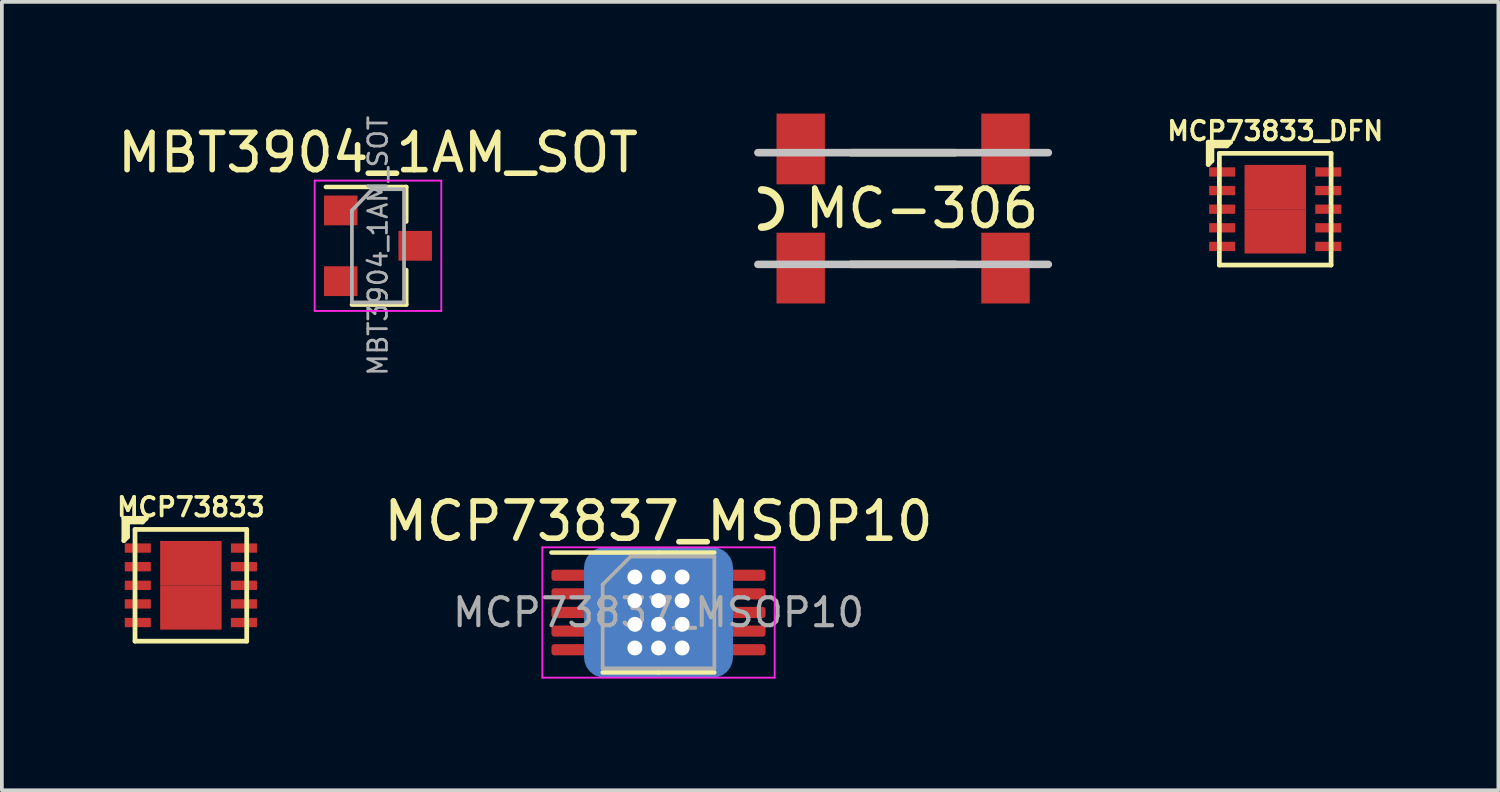
<source format=kicad_pcb>
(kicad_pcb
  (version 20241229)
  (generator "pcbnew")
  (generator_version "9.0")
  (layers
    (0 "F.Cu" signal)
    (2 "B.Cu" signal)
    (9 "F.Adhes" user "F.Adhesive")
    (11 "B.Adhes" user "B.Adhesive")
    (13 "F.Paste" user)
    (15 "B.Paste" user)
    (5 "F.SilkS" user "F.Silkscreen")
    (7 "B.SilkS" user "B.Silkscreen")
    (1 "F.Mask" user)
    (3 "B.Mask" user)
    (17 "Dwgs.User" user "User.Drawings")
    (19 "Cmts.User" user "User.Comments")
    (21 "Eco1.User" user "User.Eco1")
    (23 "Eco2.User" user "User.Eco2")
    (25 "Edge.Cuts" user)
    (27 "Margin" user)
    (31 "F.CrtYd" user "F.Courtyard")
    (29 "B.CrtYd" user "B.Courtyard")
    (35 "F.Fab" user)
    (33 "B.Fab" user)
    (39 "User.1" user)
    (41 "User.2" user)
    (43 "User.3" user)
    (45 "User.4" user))
  (footprint "MC-306"
    (layer "F.Cu")
    (at 21.204 2.55)
    (property "Reference" "MC-306" (at 0.508 0 0) (layer "F.SilkS") (effects (font (size 1 1) (thickness 0.15))))
    (attr smd)
    (fp_line (start -1.4 -1.5) (end 1.4 -1.5) (stroke (width 0.203) (type solid)) (layer "F.SilkS"))
    (fp_line (start 1.4 1.5) (end -1.4 1.5) (stroke (width 0.203) (type solid)) (layer "F.SilkS"))
    (fp_arc (start -3.8 -0.5) (mid -3.3 0) (end -3.8 0.5) (stroke (width 0.2032) (type solid)) (layer "F.SilkS"))
    (fp_line (start -3.9 -1.5) (end 3.9 -1.5) (stroke (width 0.203) (type solid)) (layer "Dwgs.User"))
    (fp_line (start 3.9 1.5) (end -3.9 1.5) (stroke (width 0.203) (type solid)) (layer "Dwgs.User"))
    (pad "1" smd rect (at -2.75 1.6) (size 1.3 1.9) (layers "F.Cu" "F.Mask" "F.Paste"))
    (pad "2" smd rect (at 2.75 1.6) (size 1.3 1.9) (layers "F.Cu" "F.Mask" "F.Paste"))
    (pad "3" smd rect (at 2.75 -1.6 180) (size 1.3 1.9) (layers "F.Cu" "F.Mask" "F.Paste"))
    (pad "4" smd rect (at -2.75 -1.6 180) (size 1.3 1.9) (layers "F.Cu" "F.Mask" "F.Paste")))
  (footprint "MCP73837_MSOP10"
    (layer "F.Cu")
    (at 14.635 13.399)
    (property "Reference" "MCP73837_MSOP10" (at 0 -2.45 0) (layer "F.SilkS") (effects (font (size 1 1) (thickness 0.15))))
    (attr smd)
    (fp_line (start 0 -1.61) (end -2.875 -1.61) (stroke (width 0.12) (type solid)) (layer "F.SilkS"))
    (fp_line (start 0 -1.61) (end 1.5 -1.61) (stroke (width 0.12) (type solid)) (layer "F.SilkS"))
    (fp_line (start 0 1.61) (end -1.5 1.61) (stroke (width 0.12) (type solid)) (layer "F.SilkS"))
    (fp_line (start 0 1.61) (end 1.5 1.61) (stroke (width 0.12) (type solid)) (layer "F.SilkS"))
    (fp_line (start -3.12 -1.75) (end -3.12 1.75) (stroke (width 0.05) (type solid)) (layer "F.CrtYd"))
    (fp_line (start -3.12 1.75) (end 3.12 1.75) (stroke (width 0.05) (type solid)) (layer "F.CrtYd"))
    (fp_line (start 3.12 -1.75) (end -3.12 -1.75) (stroke (width 0.05) (type solid)) (layer "F.CrtYd"))
    (fp_line (start 3.12 1.75) (end 3.12 -1.75) (stroke (width 0.05) (type solid)) (layer "F.CrtYd"))
    (fp_line (start -1.5 -0.75) (end -0.75 -1.5) (stroke (width 0.1) (type solid)) (layer "F.Fab"))
    (fp_line (start -1.5 1.5) (end -1.5 -0.75) (stroke (width 0.1) (type solid)) (layer "F.Fab"))
    (fp_line (start -0.75 -1.5) (end 1.5 -1.5) (stroke (width 0.1) (type solid)) (layer "F.Fab"))
    (fp_line (start 1.5 -1.5) (end 1.5 1.5) (stroke (width 0.1) (type solid)) (layer "F.Fab"))
    (fp_line (start 1.5 1.5) (end -1.5 1.5) (stroke (width 0.1) (type solid)) (layer "F.Fab"))
    (fp_text user "${REFERENCE}" (at 0 0 0) (layer "F.Fab") (effects (font (size 0.75 0.75) (thickness 0.11))))
    (pad "" smd roundrect (at -0.42 -0.47) (size 0.7 0.79) (layers "F.Paste") (roundrect_rratio 0.25))
    (pad "" smd roundrect (at -0.42 0.47) (size 0.7 0.79) (layers "F.Paste") (roundrect_rratio 0.25))
    (pad "" smd roundrect (at 0.42 -0.47) (size 0.7 0.79) (layers "F.Paste") (roundrect_rratio 0.25))
    (pad "" smd roundrect (at 0.42 0.47) (size 0.7 0.79) (layers "F.Paste") (roundrect_rratio 0.25))
    (pad "1" smd roundrect (at -2.15 -1) (size 1.45 0.3) (layers "F.Cu" "F.Mask" "F.Paste") (roundrect_rratio 0.25))
    (pad "2" smd roundrect (at -2.15 -0.5) (size 1.45 0.3) (layers "F.Cu" "F.Mask" "F.Paste") (roundrect_rratio 0.25))
    (pad "3" smd roundrect (at -2.15 0) (size 1.45 0.3) (layers "F.Cu" "F.Mask" "F.Paste") (roundrect_rratio 0.25))
    (pad "4" smd roundrect (at -2.15 0.5) (size 1.45 0.3) (layers "F.Cu" "F.Mask" "F.Paste") (roundrect_rratio 0.25))
    (pad "5" smd roundrect (at -2.15 1) (size 1.45 0.3) (layers "F.Cu" "F.Mask" "F.Paste") (roundrect_rratio 0.25))
    (pad "6" smd roundrect (at 2.15 1) (size 1.45 0.3) (layers "F.Cu" "F.Mask" "F.Paste") (roundrect_rratio 0.25))
    (pad "7" smd roundrect (at 2.15 0.5) (size 1.45 0.3) (layers "F.Cu" "F.Mask" "F.Paste") (roundrect_rratio 0.25))
    (pad "8" smd roundrect (at 2.15 0) (size 1.45 0.3) (layers "F.Cu" "F.Mask" "F.Paste") (roundrect_rratio 0.25))
    (pad "9" smd roundrect (at 2.15 -0.5) (size 1.45 0.3) (layers "F.Cu" "F.Mask" "F.Paste") (roundrect_rratio 0.25))
    (pad "10" smd roundrect (at 2.15 -1) (size 1.45 0.3) (layers "F.Cu" "F.Mask" "F.Paste") (roundrect_rratio 0.25))
    (pad "PAD" thru_hole circle (at -0.635 -0.953) (size 0.5 0.5) (drill 0.4) (layers "*.Cu"))
    (pad "PAD" thru_hole circle (at -0.635 -0.318) (size 0.5 0.5) (drill 0.4) (layers "*.Cu"))
    (pad "PAD" thru_hole circle (at -0.635 0.318) (size 0.5 0.5) (drill 0.4) (layers "*.Cu"))
    (pad "PAD" thru_hole circle (at -0.635 0.953) (size 0.5 0.5) (drill 0.4) (layers "*.Cu"))
    (pad "PAD" thru_hole circle (at 0 -0.953) (size 0.5 0.5) (drill 0.4) (layers "*.Cu"))
    (pad "PAD" thru_hole circle (at 0 -0.318) (size 0.5 0.5) (drill 0.4) (layers "*.Cu"))
    (pad "PAD" smd roundrect (at 0 0) (size 1.8 2.5) (layers "F.Cu" "F.Mask") (roundrect_rratio 0.149))
    (pad "PAD" smd roundrect (at 0 0) (size 4 3.5) (layers "B.Cu") (roundrect_rratio 0.156))
    (pad "PAD" thru_hole circle (at 0 0.318) (size 0.5 0.5) (drill 0.4) (layers "*.Cu"))
    (pad "PAD" thru_hole circle (at 0 0.953) (size 0.5 0.5) (drill 0.4) (layers "*.Cu"))
    (pad "PAD" thru_hole circle (at 0.635 -0.953) (size 0.5 0.5) (drill 0.4) (layers "*.Cu"))
    (pad "PAD" thru_hole circle (at 0.635 -0.318) (size 0.5 0.5) (drill 0.4) (layers "*.Cu"))
    (pad "PAD" thru_hole circle (at 0.635 0.318) (size 0.5 0.5) (drill 0.4) (layers "*.Cu"))
    (pad "PAD" thru_hole circle (at 0.635 0.953) (size 0.5 0.5) (drill 0.4) (layers "*.Cu")))
  (footprint "MBT3904_1AM_SOT"
    (layer "F.Cu")
    (at 7.101 3.551)
    (property "Reference" "MBT3904_1AM_SOT" (at 0 -2.5 0) (layer "F.SilkS") (effects (font (size 1 1) (thickness 0.15))))
    (attr smd)
    (fp_line (start 0.76 -1.58) (end -1.4 -1.58) (stroke (width 0.12) (type solid)) (layer "F.SilkS"))
    (fp_line (start 0.76 -1.58) (end 0.76 -0.65) (stroke (width 0.12) (type solid)) (layer "F.SilkS"))
    (fp_line (start 0.76 1.58) (end -0.7 1.58) (stroke (width 0.12) (type solid)) (layer "F.SilkS"))
    (fp_line (start 0.76 1.58) (end 0.76 0.65) (stroke (width 0.12) (type solid)) (layer "F.SilkS"))
    (fp_line (start -1.7 -1.75) (end 1.7 -1.75) (stroke (width 0.05) (type solid)) (layer "F.CrtYd"))
    (fp_line (start -1.7 1.75) (end -1.7 -1.75) (stroke (width 0.05) (type solid)) (layer "F.CrtYd"))
    (fp_line (start 1.7 -1.75) (end 1.7 1.75) (stroke (width 0.05) (type solid)) (layer "F.CrtYd"))
    (fp_line (start 1.7 1.75) (end -1.7 1.75) (stroke (width 0.05) (type solid)) (layer "F.CrtYd"))
    (fp_line (start -0.7 -0.95) (end -0.7 1.5) (stroke (width 0.1) (type solid)) (layer "F.Fab"))
    (fp_line (start -0.7 -0.95) (end -0.15 -1.52) (stroke (width 0.1) (type solid)) (layer "F.Fab"))
    (fp_line (start -0.7 1.52) (end 0.7 1.52) (stroke (width 0.1) (type solid)) (layer "F.Fab"))
    (fp_line (start -0.15 -1.52) (end 0.7 -1.52) (stroke (width 0.1) (type solid)) (layer "F.Fab"))
    (fp_line (start 0.7 -1.52) (end 0.7 1.52) (stroke (width 0.1) (type solid)) (layer "F.Fab"))
    (fp_text user "${REFERENCE}" (at 0 0 90) (layer "F.Fab") (effects (font (size 0.5 0.5) (thickness 0.075))))
    (pad "1" smd rect (at -1 -0.95) (size 0.9 0.8) (layers "F.Cu" "F.Mask" "F.Paste"))
    (pad "2" smd rect (at -1 0.95) (size 0.9 0.8) (layers "F.Cu" "F.Mask" "F.Paste"))
    (pad "3" smd rect (at 1 0) (size 0.9 0.8) (layers "F.Cu" "F.Mask" "F.Paste")))
  (footprint "MCP73833"
    (layer "F.Cu")
    (at 2.076 12.669)
    (property "Reference" "MCP73833" (at 0 -2.1 0) (layer "F.SilkS") (effects (font (size 0.5 0.5) (thickness 0.1))))
    (attr through_hole)
    (fp_line (start -1.8 -1.8) (end -1.2 -1.8) (stroke (width 0.127) (type solid)) (layer "F.SilkS"))
    (fp_line (start -1.8 -1.2) (end -1.8 -1.8) (stroke (width 0.127) (type solid)) (layer "F.SilkS"))
    (fp_line (start -1.7 -1.7) (end -1.7 -1.3) (stroke (width 0.127) (type solid)) (layer "F.SilkS"))
    (fp_line (start -1.7 -1.3) (end -1.8 -1.2) (stroke (width 0.127) (type solid)) (layer "F.SilkS"))
    (fp_line (start -1.5 -1.5) (end -1.5 1.5) (stroke (width 0.127) (type solid)) (layer "F.SilkS"))
    (fp_line (start -1.5 1.5) (end 1.5 1.5) (stroke (width 0.127) (type solid)) (layer "F.SilkS"))
    (fp_line (start -1.3 -1.7) (end -1.7 -1.7) (stroke (width 0.127) (type solid)) (layer "F.SilkS"))
    (fp_line (start -1.2 -1.8) (end -1.3 -1.7) (stroke (width 0.127) (type solid)) (layer "F.SilkS"))
    (fp_line (start 1.5 -1.5) (end -1.5 -1.5) (stroke (width 0.127) (type solid)) (layer "F.SilkS"))
    (fp_line (start 1.5 1.5) (end 1.5 -1.5) (stroke (width 0.127) (type solid)) (layer "F.SilkS"))
    (pad "1" smd rect (at -1.425 -1) (size 0.7 0.25) (layers "F.Cu" "F.Mask" "F.Paste"))
    (pad "2" smd rect (at -1.425 -0.5) (size 0.7 0.25) (layers "F.Cu" "F.Mask" "F.Paste"))
    (pad "3" smd rect (at -1.425 0) (size 0.7 0.25) (layers "F.Cu" "F.Mask" "F.Paste"))
    (pad "4" smd rect (at -1.425 0.5) (size 0.7 0.25) (layers "F.Cu" "F.Mask" "F.Paste"))
    (pad "5" smd rect (at -1.425 1) (size 0.7 0.25) (layers "F.Cu" "F.Mask" "F.Paste"))
    (pad "6" smd rect (at 1.425 1) (size 0.7 0.25) (layers "F.Cu" "F.Mask" "F.Paste"))
    (pad "7" smd rect (at 1.425 0.5) (size 0.7 0.25) (layers "F.Cu" "F.Mask" "F.Paste"))
    (pad "8" smd rect (at 1.425 0) (size 0.7 0.25) (layers "F.Cu" "F.Mask" "F.Paste"))
    (pad "9" smd rect (at 1.425 -0.5) (size 0.7 0.25) (layers "F.Cu" "F.Mask" "F.Paste"))
    (pad "10" smd rect (at 1.425 -1) (size 0.7 0.25) (layers "F.Cu" "F.Mask" "F.Paste"))
    (pad "11" smd rect (at 0 -0.595) (size 1.65 1.19) (layers "F.Cu" "F.Mask" "F.Paste"))
    (pad "11" smd rect (at 0 0.595) (size 1.65 1.19) (layers "F.Cu" "F.Mask" "F.Paste")))
  (footprint "MCP73833_DFN"
    (layer "F.Cu")
    (at 31.198 2.568)
    (property "Reference" "MCP73833_DFN" (at 0 -2.1 0) (layer "F.SilkS") (effects (font (size 0.5 0.5) (thickness 0.1))))
    (attr through_hole)
    (fp_line (start -1.8 -1.8) (end -1.2 -1.8) (stroke (width 0.127) (type solid)) (layer "F.SilkS"))
    (fp_line (start -1.8 -1.2) (end -1.8 -1.8) (stroke (width 0.127) (type solid)) (layer "F.SilkS"))
    (fp_line (start -1.7 -1.7) (end -1.7 -1.3) (stroke (width 0.127) (type solid)) (layer "F.SilkS"))
    (fp_line (start -1.7 -1.3) (end -1.8 -1.2) (stroke (width 0.127) (type solid)) (layer "F.SilkS"))
    (fp_line (start -1.5 -1.5) (end -1.5 1.5) (stroke (width 0.127) (type solid)) (layer "F.SilkS"))
    (fp_line (start -1.5 1.5) (end 1.5 1.5) (stroke (width 0.127) (type solid)) (layer "F.SilkS"))
    (fp_line (start -1.3 -1.7) (end -1.7 -1.7) (stroke (width 0.127) (type solid)) (layer "F.SilkS"))
    (fp_line (start -1.2 -1.8) (end -1.3 -1.7) (stroke (width 0.127) (type solid)) (layer "F.SilkS"))
    (fp_line (start 1.5 -1.5) (end -1.5 -1.5) (stroke (width 0.127) (type solid)) (layer "F.SilkS"))
    (fp_line (start 1.5 1.5) (end 1.5 -1.5) (stroke (width 0.127) (type solid)) (layer "F.SilkS"))
    (pad "1" smd rect (at -1.425 -1) (size 0.7 0.25) (layers "F.Cu" "F.Mask" "F.Paste"))
    (pad "2" smd rect (at -1.425 -0.5) (size 0.7 0.25) (layers "F.Cu" "F.Mask" "F.Paste"))
    (pad "3" smd rect (at -1.425 0) (size 0.7 0.25) (layers "F.Cu" "F.Mask" "F.Paste"))
    (pad "4" smd rect (at -1.425 0.5) (size 0.7 0.25) (layers "F.Cu" "F.Mask" "F.Paste"))
    (pad "5" smd rect (at -1.425 1) (size 0.7 0.25) (layers "F.Cu" "F.Mask" "F.Paste"))
    (pad "6" smd rect (at 1.425 1) (size 0.7 0.25) (layers "F.Cu" "F.Mask" "F.Paste"))
    (pad "7" smd rect (at 1.425 0.5) (size 0.7 0.25) (layers "F.Cu" "F.Mask" "F.Paste"))
    (pad "8" smd rect (at 1.425 0) (size 0.7 0.25) (layers "F.Cu" "F.Mask" "F.Paste"))
    (pad "9" smd rect (at 1.425 -0.5) (size 0.7 0.25) (layers "F.Cu" "F.Mask" "F.Paste"))
    (pad "10" smd rect (at 1.425 -1) (size 0.7 0.25) (layers "F.Cu" "F.Mask" "F.Paste"))
    (pad "11" smd rect (at 0 -0.595) (size 1.65 1.19) (layers "F.Cu" "F.Mask" "F.Paste"))
    (pad "11" smd rect (at 0 0.595) (size 1.65 1.19) (layers "F.Cu" "F.Mask" "F.Paste")))
  (gr_rect
    (start -3 -3)
    (end 37.191 18.174)
    (stroke (width 0.1) (type default))
    (fill no)
    (layer "Edge.Cuts")))
</source>
